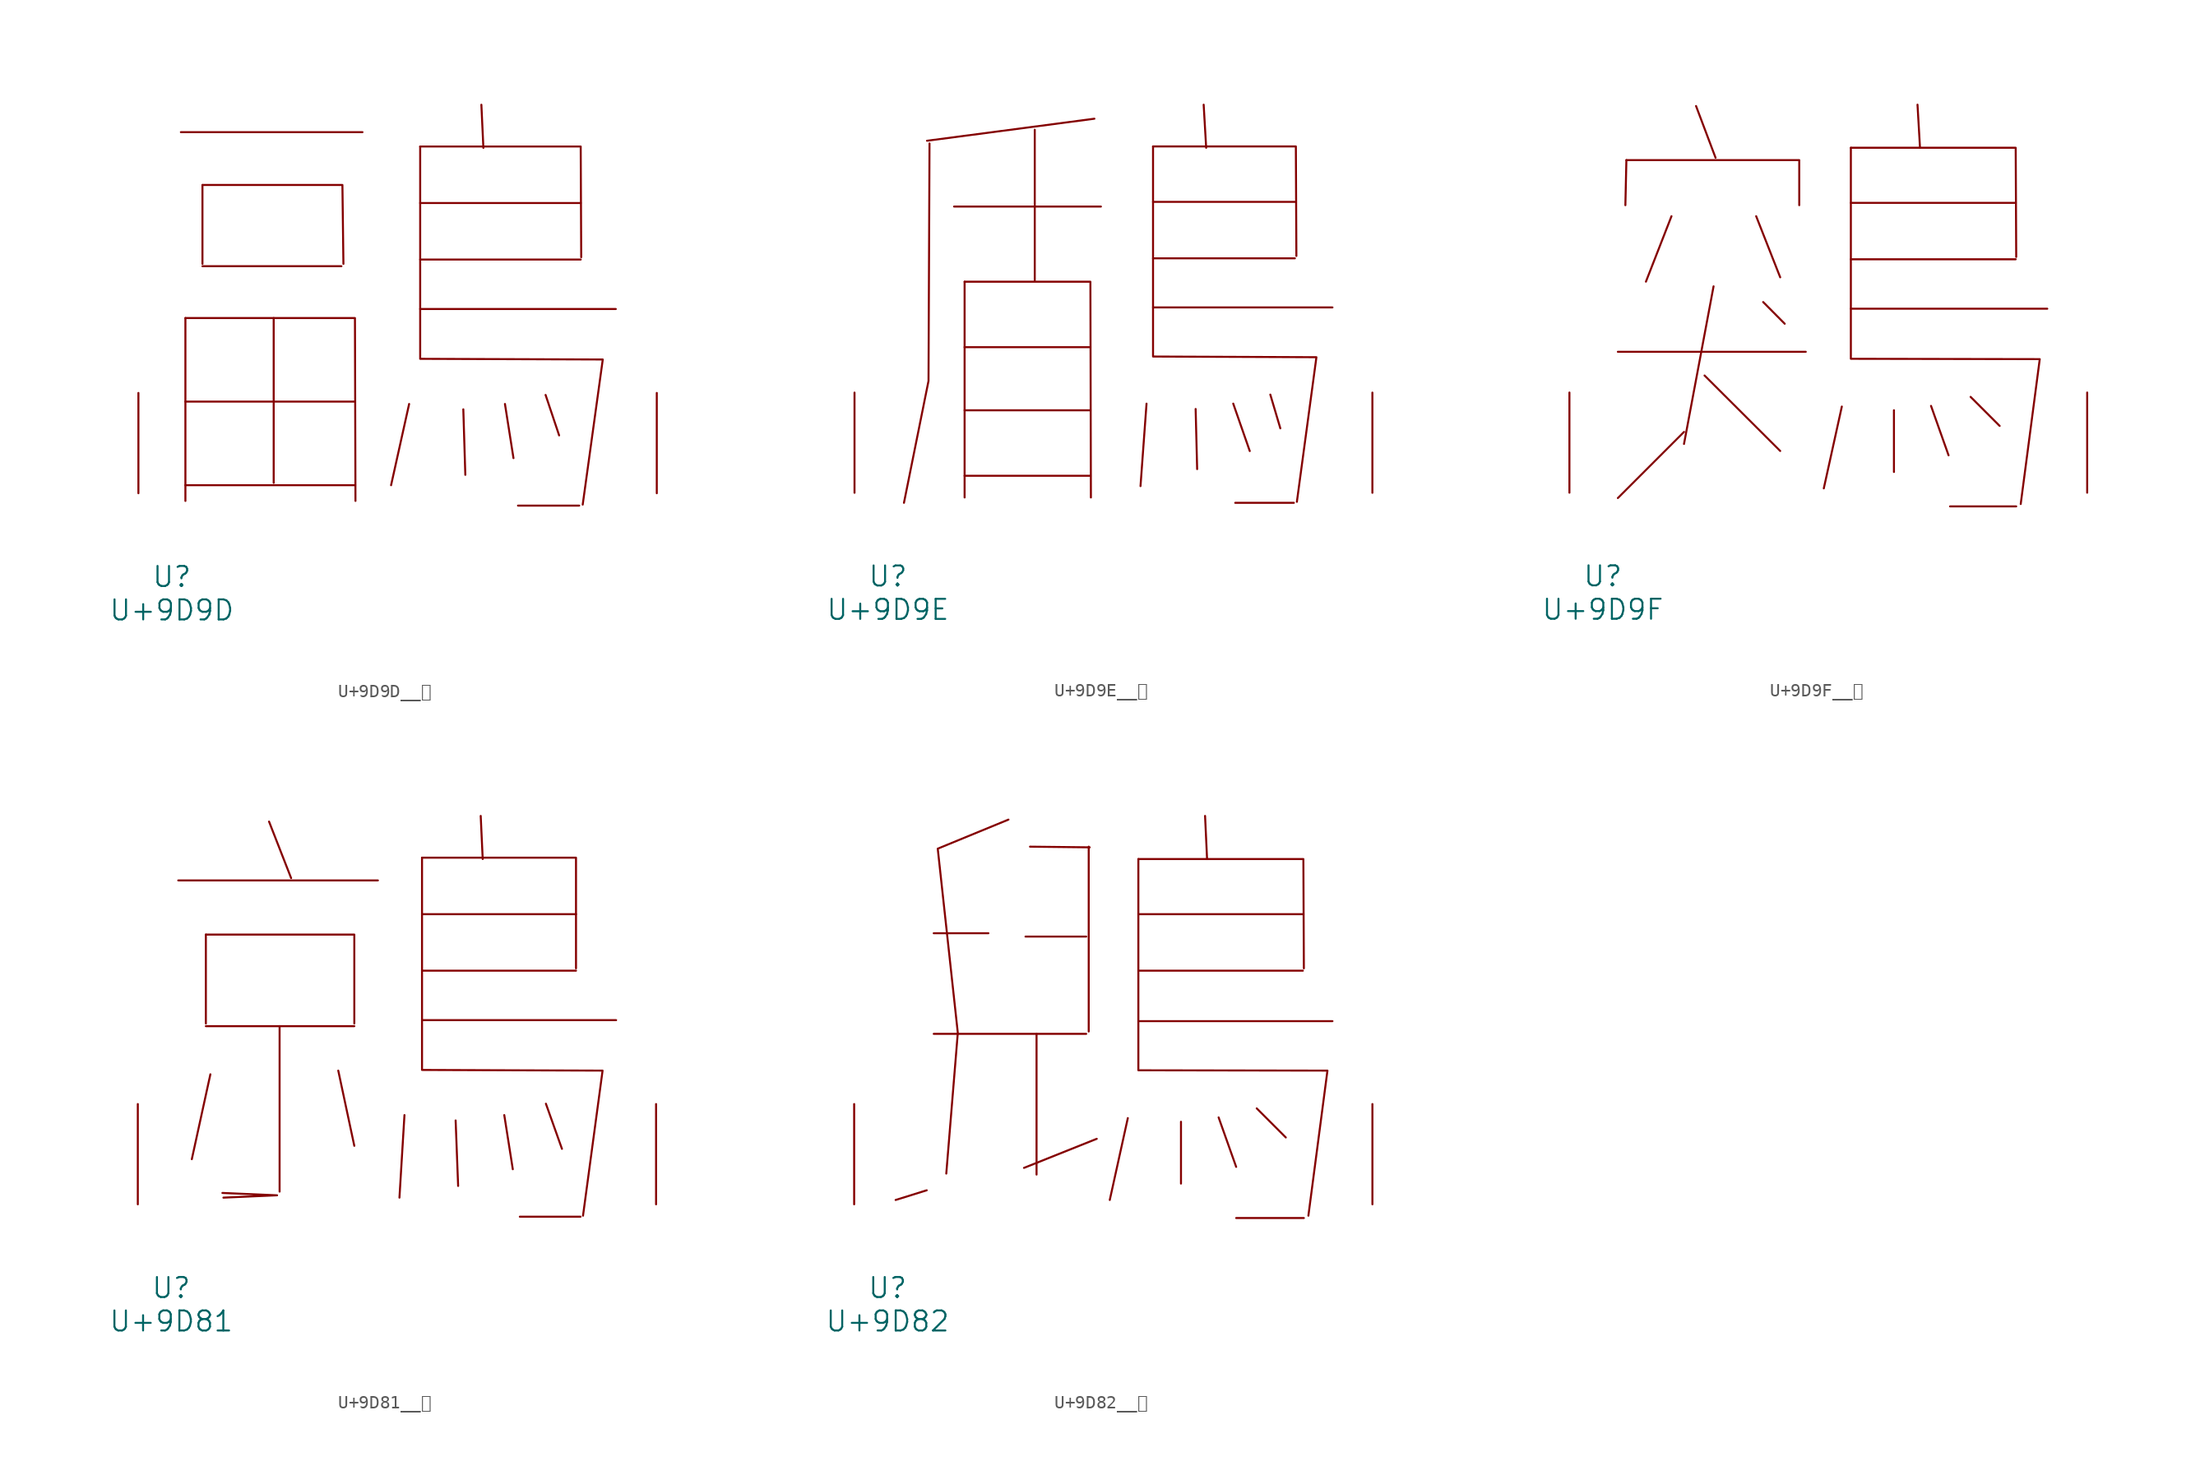
<source format=kicad_sym>
(kicad_symbol_lib
  (version 20231120)
  (generator "kicad_symbol_editor")
  (generator_version "8.0")
  (symbol "U+9D9D__鶝"
    (pin_names
      (offset 1.016))
    (property "Reference" "U"
      (at 0 -6.35 0)
      (effects (font (size 1.524 1.524))))
    (property "Value" "U+9D9D"
      (at 0 -8.89 0)
      (effects (font (size 1.524 1.524))))
    (symbol "U+9D9D__鶝_0_1"
      (polyline (pts (xy 0.686 27.432) (xy 14.478 27.432)) (stroke (width 0) (type solid)) (fill (type none)))
      (polyline (pts (xy 1.029 0.61) (xy 13.906 0.61)) (stroke (width 0) (type solid)) (fill (type none)))
      (polyline (pts (xy 1.029 6.96) (xy 13.906 6.96)) (stroke (width 0) (type solid)) (fill (type none)))
      (polyline (pts (xy 1.029 13.31) (xy 1.029 -0.584)) (stroke (width 0) (type solid)) (fill (type none)))
      (polyline (pts (xy 2.324 17.247) (xy 12.878 17.247)) (stroke (width 0) (type solid)) (fill (type none)))
      (polyline (pts (xy 2.324 23.419) (xy 2.324 17.424)) (stroke (width 0) (type solid)) (fill (type none)))
      (polyline (pts (xy 7.734 13.31) (xy 7.734 0.787)) (stroke (width 0) (type solid)) (fill (type none)))
      (polyline (pts (xy 18.021 6.782) (xy 16.65 0.61)) (stroke (width 0) (type solid)) (fill (type none)))
      (polyline (pts (xy 18.86 13.995) (xy 33.718 13.995)) (stroke (width 0) (type solid)) (fill (type none)))
      (polyline (pts (xy 18.86 17.755) (xy 31.052 17.755)) (stroke (width 0) (type solid)) (fill (type none)))
      (polyline (pts (xy 18.86 22.047) (xy 31.052 22.047)) (stroke (width 0) (type solid)) (fill (type none)))
      (polyline (pts (xy 22.136 6.375) (xy 22.288 1.397)) (stroke (width 0) (type solid)) (fill (type none)))
      (polyline (pts (xy 23.508 29.515) (xy 23.66 26.238)) (stroke (width 0) (type solid)) (fill (type none)))
      (polyline (pts (xy 25.298 6.782) (xy 25.946 2.667)) (stroke (width 0) (type solid)) (fill (type none)))
      (polyline (pts (xy 26.289 -0.94) (xy 30.937 -0.94)) (stroke (width 0) (type solid)) (fill (type none)))
      (polyline (pts (xy 28.384 7.468) (xy 29.413 4.394)) (stroke (width 0) (type solid)) (fill (type none)))
      (polyline (pts (xy 1.029 13.31) (xy 13.906 13.31) (xy 13.945 -0.584)) (stroke (width 0) (type solid)) (fill (type none)))
      (polyline (pts (xy 2.324 23.419) (xy 12.954 23.419) (xy 13.03 17.424)) (stroke (width 0) (type solid)) (fill (type none)))
      (polyline (pts (xy 18.86 26.34) (xy 31.052 26.34) (xy 31.09 17.932)) (stroke (width 0) (type solid)) (fill (type none)))
      (polyline (pts (xy 18.86 26.34) (xy 18.86 10.211) (xy 32.728 10.16) (xy 31.204 -0.864)) (stroke (width 0) (type solid)) (fill (type none)))
      (pin input line (at -2.54 0 90) (length 7.62) (name "~" (effects (font (size 1.27 1.27)))) (number "~" (effects (font (size 1.27 1.27)))))
      (pin input line (at 36.83 0 90) (length 7.62) (name "~" (effects (font (size 1.27 1.27)))) (number "~" (effects (font (size 1.27 1.27)))))))
  (symbol "U+9D9E__鶞"
    (pin_names
      (offset 1.016))
    (property "Reference" "U"
      (at 0 -6.35 0)
      (effects (font (size 1.524 1.524))))
    (property "Value" "U+9D9E"
      (at 0 -8.89 0)
      (effects (font (size 1.524 1.524))))
    (symbol "U+9D9E__鶞_0_1"
      (polyline (pts (xy 5.029 21.768) (xy 16.192 21.768)) (stroke (width 0) (type solid)) (fill (type none)))
      (polyline (pts (xy 5.829 1.295) (xy 15.354 1.295)) (stroke (width 0) (type solid)) (fill (type none)))
      (polyline (pts (xy 5.829 6.274) (xy 15.354 6.274)) (stroke (width 0) (type solid)) (fill (type none)))
      (polyline (pts (xy 5.829 11.074) (xy 15.354 11.074)) (stroke (width 0) (type solid)) (fill (type none)))
      (polyline (pts (xy 5.829 16.053) (xy 5.829 -0.356)) (stroke (width 0) (type solid)) (fill (type none)))
      (polyline (pts (xy 11.163 27.61) (xy 11.163 16.154)) (stroke (width 0) (type solid)) (fill (type none)))
      (polyline (pts (xy 15.697 28.448) (xy 2.972 26.772)) (stroke (width 0) (type solid)) (fill (type none)))
      (polyline (pts (xy 19.66 6.782) (xy 19.202 0.508)) (stroke (width 0) (type solid)) (fill (type none)))
      (polyline (pts (xy 20.155 14.097) (xy 33.795 14.097)) (stroke (width 0) (type solid)) (fill (type none)))
      (polyline (pts (xy 20.155 17.831) (xy 30.937 17.831)) (stroke (width 0) (type solid)) (fill (type none)))
      (polyline (pts (xy 20.155 22.123) (xy 30.937 22.123)) (stroke (width 0) (type solid)) (fill (type none)))
      (polyline (pts (xy 23.393 6.375) (xy 23.508 1.803)) (stroke (width 0) (type solid)) (fill (type none)))
      (polyline (pts (xy 24.003 29.515) (xy 24.194 26.238)) (stroke (width 0) (type solid)) (fill (type none)))
      (polyline (pts (xy 26.251 6.782) (xy 27.508 3.175)) (stroke (width 0) (type solid)) (fill (type none)))
      (polyline (pts (xy 26.403 -0.762) (xy 30.861 -0.762)) (stroke (width 0) (type solid)) (fill (type none)))
      (polyline (pts (xy 29.07 7.468) (xy 29.832 4.902)) (stroke (width 0) (type solid)) (fill (type none)))
      (polyline (pts (xy 3.162 26.568) (xy 3.086 8.509) (xy 1.219 -0.762)) (stroke (width 0) (type solid)) (fill (type none)))
      (polyline (pts (xy 5.829 16.053) (xy 15.392 16.053) (xy 15.431 -0.356)) (stroke (width 0) (type solid)) (fill (type none)))
      (polyline (pts (xy 20.155 26.34) (xy 31.013 26.34) (xy 31.052 18.009)) (stroke (width 0) (type solid)) (fill (type none)))
      (polyline (pts (xy 20.155 26.34) (xy 20.155 10.363) (xy 32.575 10.312) (xy 31.09 -0.686)) (stroke (width 0) (type solid)) (fill (type none)))
      (pin input line (at -2.54 0 90) (length 7.62) (name "~" (effects (font (size 1.27 1.27)))) (number "~" (effects (font (size 1.27 1.27)))))
      (pin input line (at 36.83 0 90) (length 7.62) (name "~" (effects (font (size 1.27 1.27)))) (number "~" (effects (font (size 1.27 1.27)))))))
  (symbol "U+9D9F__鶟"
    (pin_names
      (offset 1.016))
    (property "Reference" "U"
      (at 0 -6.35 0)
      (effects (font (size 1.524 1.524))))
    (property "Value" "U+9D9F"
      (at 0 -8.89 0)
      (effects (font (size 1.524 1.524))))
    (symbol "U+9D9F__鶟_0_1"
      (polyline (pts (xy 1.143 10.719) (xy 15.431 10.719)) (stroke (width 0) (type solid)) (fill (type none)))
      (polyline (pts (xy 1.791 25.298) (xy 1.714 21.869)) (stroke (width 0) (type solid)) (fill (type none)))
      (polyline (pts (xy 5.22 21.031) (xy 3.277 16.053)) (stroke (width 0) (type solid)) (fill (type none)))
      (polyline (pts (xy 6.172 4.623) (xy 1.143 -0.406)) (stroke (width 0) (type solid)) (fill (type none)))
      (polyline (pts (xy 7.087 29.413) (xy 8.572 25.476)) (stroke (width 0) (type solid)) (fill (type none)))
      (polyline (pts (xy 7.734 8.915) (xy 13.487 3.175)) (stroke (width 0) (type solid)) (fill (type none)))
      (polyline (pts (xy 8.42 15.697) (xy 6.172 3.708)) (stroke (width 0) (type solid)) (fill (type none)))
      (polyline (pts (xy 11.659 21.031) (xy 13.487 16.383)) (stroke (width 0) (type solid)) (fill (type none)))
      (polyline (pts (xy 12.192 14.503) (xy 13.83 12.852)) (stroke (width 0) (type solid)) (fill (type none)))
      (polyline (pts (xy 18.174 6.553) (xy 16.802 0.33)) (stroke (width 0) (type solid)) (fill (type none)))
      (polyline (pts (xy 18.86 13.995) (xy 33.795 13.995)) (stroke (width 0) (type solid)) (fill (type none)))
      (polyline (pts (xy 18.86 17.755) (xy 31.394 17.755)) (stroke (width 0) (type solid)) (fill (type none)))
      (polyline (pts (xy 18.86 22.047) (xy 31.394 22.047)) (stroke (width 0) (type solid)) (fill (type none)))
      (polyline (pts (xy 22.136 6.274) (xy 22.136 1.575)) (stroke (width 0) (type solid)) (fill (type none)))
      (polyline (pts (xy 23.927 29.515) (xy 24.117 26.238)) (stroke (width 0) (type solid)) (fill (type none)))
      (polyline (pts (xy 24.956 6.604) (xy 26.289 2.845)) (stroke (width 0) (type solid)) (fill (type none)))
      (polyline (pts (xy 26.403 -1.041) (xy 31.433 -1.041)) (stroke (width 0) (type solid)) (fill (type none)))
      (polyline (pts (xy 27.965 7.29) (xy 30.175 5.08)) (stroke (width 0) (type solid)) (fill (type none)))
      (polyline (pts (xy 1.791 25.298) (xy 14.935 25.298) (xy 14.935 21.869)) (stroke (width 0) (type solid)) (fill (type none)))
      (polyline (pts (xy 18.86 26.238) (xy 31.394 26.238) (xy 31.433 17.932)) (stroke (width 0) (type solid)) (fill (type none)))
      (polyline (pts (xy 18.86 26.238) (xy 18.86 10.185) (xy 33.223 10.16) (xy 31.775 -0.864)) (stroke (width 0) (type solid)) (fill (type none)))
      (pin input line (at -2.54 0 90) (length 7.62) (name "~" (effects (font (size 1.27 1.27)))) (number "~" (effects (font (size 1.27 1.27)))))
      (pin input line (at 36.83 0 90) (length 7.62) (name "~" (effects (font (size 1.27 1.27)))) (number "~" (effects (font (size 1.27 1.27)))))))
  (symbol "U+9D81__鶁"
    (pin_names
      (offset 1.016))
    (property "Reference" "U"
      (at 0 -6.35 0)
      (effects (font (size 1.524 1.524))))
    (property "Value" "U+9D81"
      (at 0 -8.89 0)
      (effects (font (size 1.524 1.524))))
    (symbol "U+9D81__鶁_0_1"
      (polyline (pts (xy 0.533 24.613) (xy 15.697 24.613)) (stroke (width 0) (type solid)) (fill (type none)))
      (polyline (pts (xy 2.629 13.538) (xy 13.906 13.538)) (stroke (width 0) (type solid)) (fill (type none)))
      (polyline (pts (xy 2.629 20.498) (xy 2.629 13.741)) (stroke (width 0) (type solid)) (fill (type none)))
      (polyline (pts (xy 2.972 9.881) (xy 1.562 3.429)) (stroke (width 0) (type solid)) (fill (type none)))
      (polyline (pts (xy 7.429 29.083) (xy 9.106 24.79)) (stroke (width 0) (type solid)) (fill (type none)))
      (polyline (pts (xy 8.23 13.538) (xy 8.23 0.965)) (stroke (width 0) (type solid)) (fill (type none)))
      (polyline (pts (xy 12.687 10.16) (xy 13.906 4.445)) (stroke (width 0) (type solid)) (fill (type none)))
      (polyline (pts (xy 17.716 6.782) (xy 17.335 0.508)) (stroke (width 0) (type solid)) (fill (type none)))
      (polyline (pts (xy 19.05 13.995) (xy 33.795 13.995)) (stroke (width 0) (type solid)) (fill (type none)))
      (polyline (pts (xy 19.05 17.755) (xy 30.747 17.755)) (stroke (width 0) (type solid)) (fill (type none)))
      (polyline (pts (xy 19.05 22.047) (xy 30.747 22.047)) (stroke (width 0) (type solid)) (fill (type none)))
      (polyline (pts (xy 21.603 6.375) (xy 21.793 1.397)) (stroke (width 0) (type solid)) (fill (type none)))
      (polyline (pts (xy 23.508 29.515) (xy 23.66 26.238)) (stroke (width 0) (type solid)) (fill (type none)))
      (polyline (pts (xy 25.298 6.782) (xy 25.946 2.667)) (stroke (width 0) (type solid)) (fill (type none)))
      (polyline (pts (xy 26.48 -0.94) (xy 31.09 -0.94)) (stroke (width 0) (type solid)) (fill (type none)))
      (polyline (pts (xy 28.461 7.645) (xy 29.68 4.216)) (stroke (width 0) (type solid)) (fill (type none)))
      (polyline (pts (xy 2.629 20.498) (xy 13.906 20.498) (xy 13.906 13.741)) (stroke (width 0) (type solid)) (fill (type none)))
      (polyline (pts (xy 3.962 0.508) (xy 8.039 0.686) (xy 3.886 0.864)) (stroke (width 0) (type solid)) (fill (type none)))
      (polyline (pts (xy 19.05 26.34) (xy 30.747 26.34) (xy 30.747 17.932)) (stroke (width 0) (type solid)) (fill (type none)))
      (polyline (pts (xy 19.05 26.34) (xy 19.05 10.211) (xy 32.766 10.16) (xy 31.28 -0.864)) (stroke (width 0) (type solid)) (fill (type none)))
      (pin input line (at -2.54 0 90) (length 7.62) (name "~" (effects (font (size 1.27 1.27)))) (number "~" (effects (font (size 1.27 1.27)))))
      (pin input line (at 36.83 0 90) (length 7.62) (name "~" (effects (font (size 1.27 1.27)))) (number "~" (effects (font (size 1.27 1.27)))))))
  (symbol "U+9D82__鶂"
    (pin_names
      (offset 1.016))
    (property "Reference" "U"
      (at 0 -6.35 0)
      (effects (font (size 1.524 1.524))))
    (property "Value" "U+9D82"
      (at 0 -8.89 0)
      (effects (font (size 1.524 1.524))))
    (symbol "U+9D82__鶂_0_1"
      (polyline (pts (xy 2.972 1.067) (xy 0.61 0.33)) (stroke (width 0) (type solid)) (fill (type none)))
      (polyline (pts (xy 3.505 12.954) (xy 15.088 12.954)) (stroke (width 0) (type solid)) (fill (type none)))
      (polyline (pts (xy 3.505 20.599) (xy 7.658 20.599)) (stroke (width 0) (type solid)) (fill (type none)))
      (polyline (pts (xy 10.477 20.345) (xy 15.088 20.345)) (stroke (width 0) (type solid)) (fill (type none)))
      (polyline (pts (xy 10.82 27.178) (xy 15.354 27.127)) (stroke (width 0) (type solid)) (fill (type none)))
      (polyline (pts (xy 11.316 12.954) (xy 11.316 2.261)) (stroke (width 0) (type solid)) (fill (type none)))
      (polyline (pts (xy 15.278 27.178) (xy 15.278 13.132)) (stroke (width 0) (type solid)) (fill (type none)))
      (polyline (pts (xy 15.888 4.978) (xy 10.363 2.769)) (stroke (width 0) (type solid)) (fill (type none)))
      (polyline (pts (xy 18.25 6.553) (xy 16.878 0.33)) (stroke (width 0) (type solid)) (fill (type none)))
      (polyline (pts (xy 19.05 13.919) (xy 33.795 13.919)) (stroke (width 0) (type solid)) (fill (type none)))
      (polyline (pts (xy 19.05 17.755) (xy 31.547 17.755)) (stroke (width 0) (type solid)) (fill (type none)))
      (polyline (pts (xy 19.05 22.047) (xy 31.547 22.047)) (stroke (width 0) (type solid)) (fill (type none)))
      (polyline (pts (xy 22.288 6.274) (xy 22.288 1.575)) (stroke (width 0) (type solid)) (fill (type none)))
      (polyline (pts (xy 24.117 29.515) (xy 24.27 26.238)) (stroke (width 0) (type solid)) (fill (type none)))
      (polyline (pts (xy 25.146 6.604) (xy 26.48 2.845)) (stroke (width 0) (type solid)) (fill (type none)))
      (polyline (pts (xy 26.48 -1.041) (xy 31.623 -1.041)) (stroke (width 0) (type solid)) (fill (type none)))
      (polyline (pts (xy 28.042 7.29) (xy 30.251 5.08)) (stroke (width 0) (type solid)) (fill (type none)))
      (polyline (pts (xy 19.05 26.238) (xy 31.585 26.238) (xy 31.623 17.932)) (stroke (width 0) (type solid)) (fill (type none)))
      (polyline (pts (xy 9.182 29.235) (xy 3.81 27.026) (xy 5.334 13.03) (xy 4.458 2.337)) (stroke (width 0) (type solid)) (fill (type none)))
      (polyline (pts (xy 19.05 26.238) (xy 19.05 10.185) (xy 33.414 10.16) (xy 31.966 -0.864)) (stroke (width 0) (type solid)) (fill (type none)))
      (pin input line (at -2.54 0 90) (length 7.62) (name "~" (effects (font (size 1.27 1.27)))) (number "~" (effects (font (size 1.27 1.27)))))
      (pin input line (at 36.83 0 90) (length 7.62) (name "~" (effects (font (size 1.27 1.27)))) (number "~" (effects (font (size 1.27 1.27))))))))
</source>
